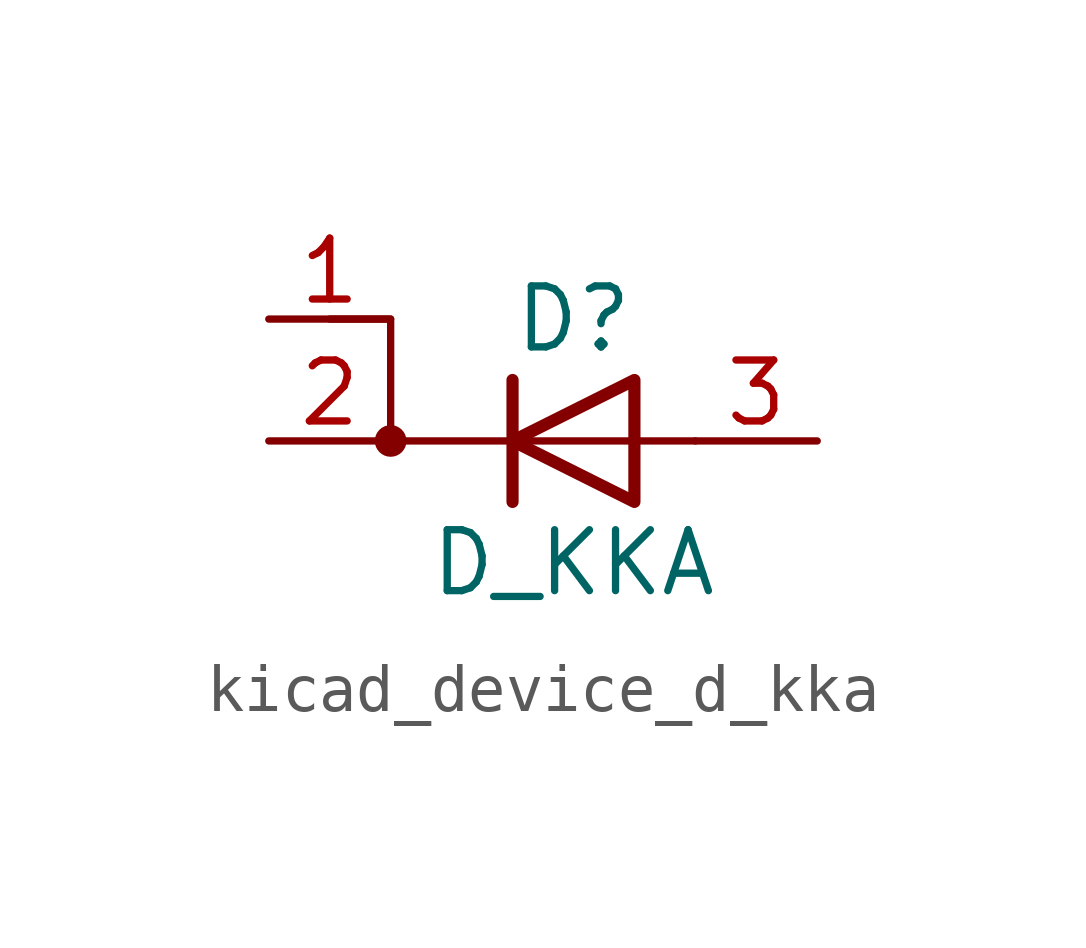
<source format=kicad_sym>
(kicad_symbol_lib
  (version 20220914)
  (generator kicad_symbol_editor)
  (symbol "kicad_device_d_kka"
    (pin_names
      (offset 0) hide)
    (property "Reference" "D"
      (at 0 2.54 0)
      (effects (font (size 1.27 1.27))))
    (property "Value" "D_KKA"
      (at 0 -2.54 0)
      (effects (font (size 1.27 1.27))))
    (symbol "kicad_device_d_kka_0_1"
      (circle (center -3.81 0) (radius 0.254) (stroke (width 0) (type default)) (fill (type outline)))
      (polyline (pts (xy -1.27 1.27) (xy -1.27 -1.27)) (stroke (width 0.254) (type default)) (fill (type none)))
      (polyline (pts (xy -5.08 2.54) (xy -3.81 2.54) (xy -3.81 0) (xy 2.54 0)) (stroke (width 0) (type default)) (fill (type none)))
      (polyline (pts (xy 1.27 1.27) (xy 1.27 -1.27) (xy -1.27 0) (xy 1.27 1.27)) (stroke (width 0.254) (type default)) (fill (type none))))
    (symbol "kicad_device_d_kka_1_1"
      (pin input line (at -6.35 2.54 0) (length 2.54) (name "K" (effects (font (size 1.27 1.27)))) (number "1" (effects (font (size 1.27 1.27)))))
      (pin passive line (at -6.35 0 0) (length 2.54) (name "K" (effects (font (size 1.27 1.27)))) (number "2" (effects (font (size 1.27 1.27)))))
      (pin passive line (at 5.08 0 180) (length 2.54) (name "A" (effects (font (size 1.27 1.27)))) (number "3" (effects (font (size 1.27 1.27))))))))
</source>
